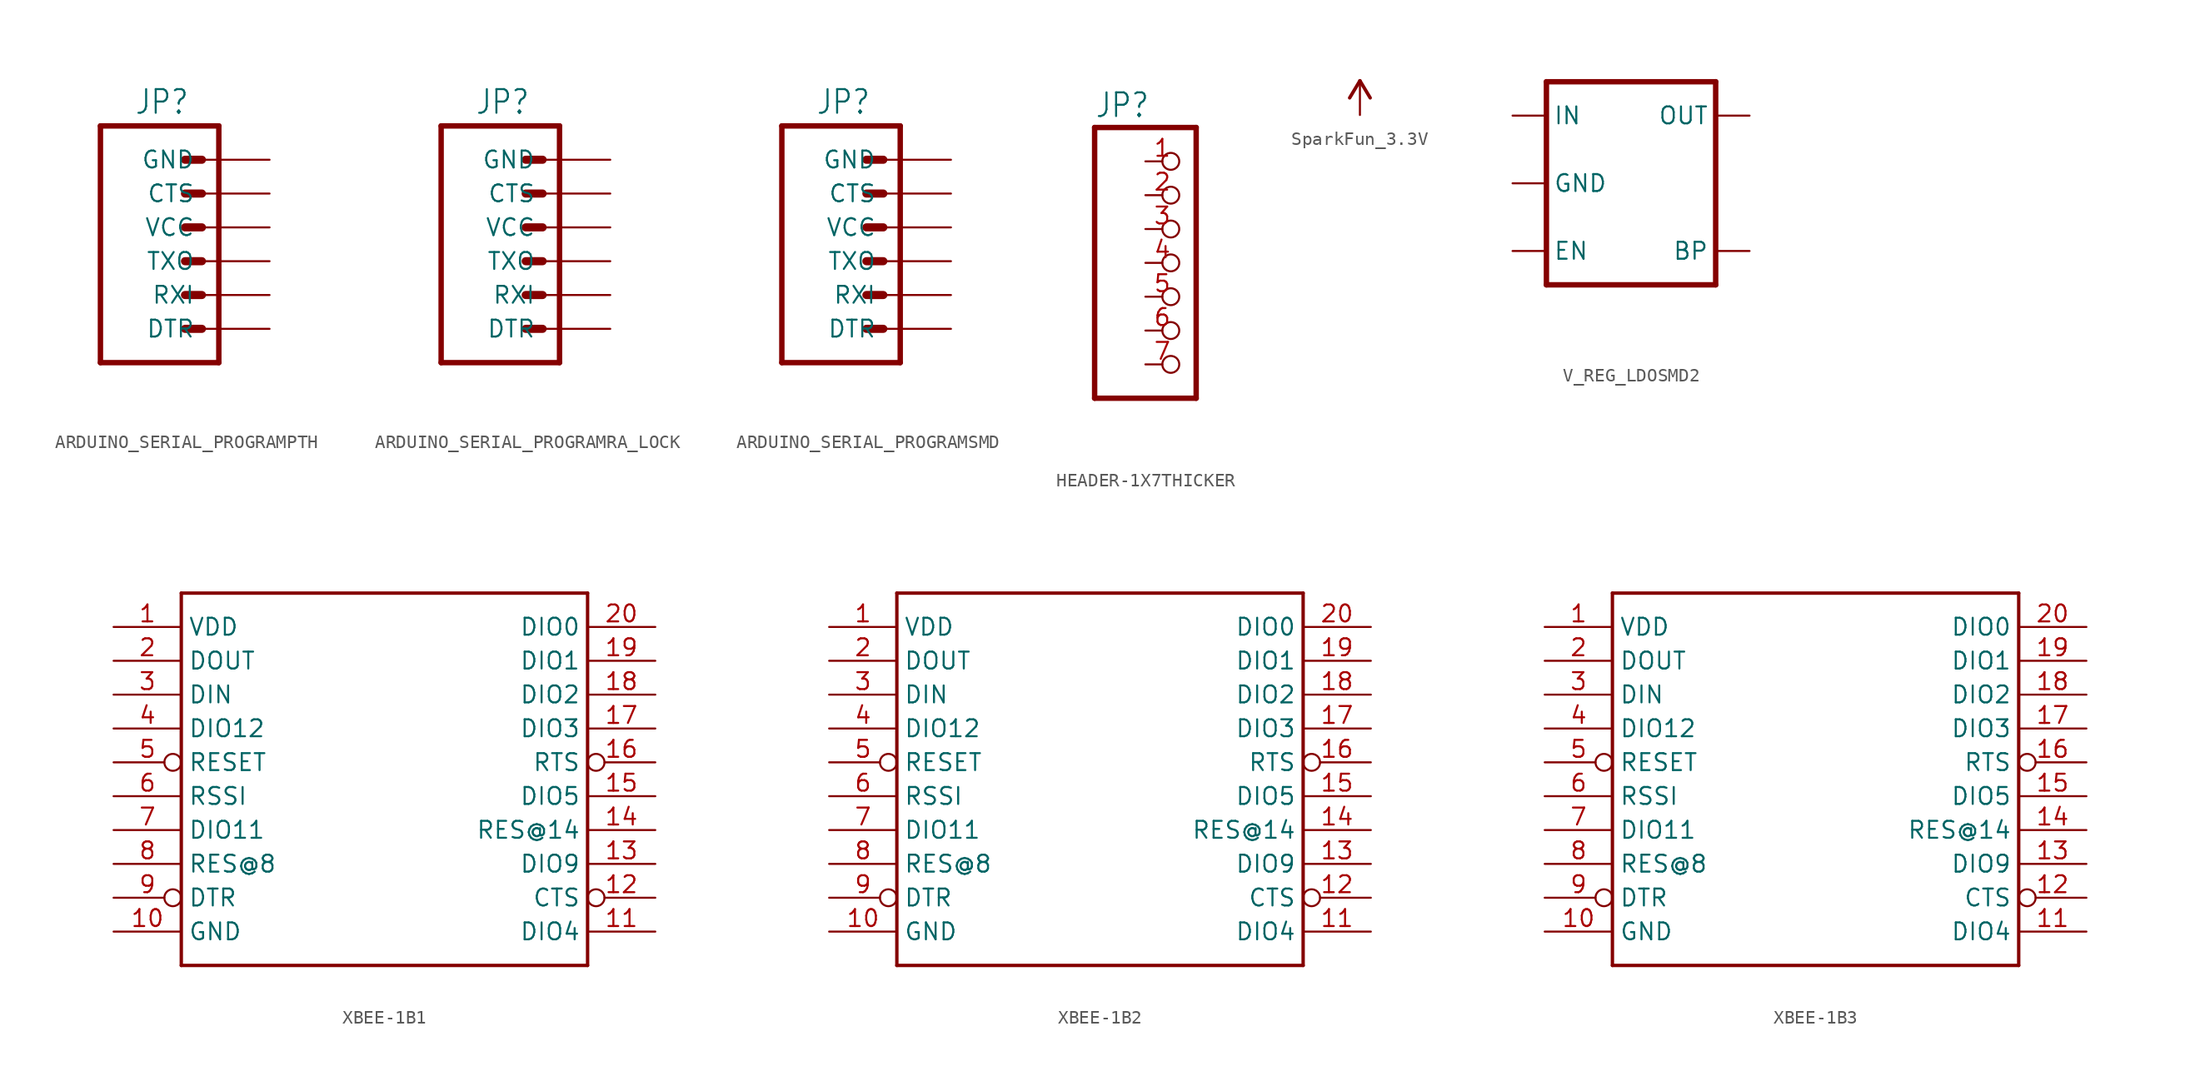
<source format=kicad_sym>
(kicad_symbol_lib
  (version 20231120)
  (generator "kicad_symbol_editor")
  (generator_version "8.0")
  (symbol "ARDUINO_SERIAL_PROGRAMPTH"
    (property "Reference" "JP"
      (at -5.08 10.922 0)
      (effects (font (size 1.778 1.511)) (justify left bottom)))
    (property "Value" ""
      (at -5.08 -10.16 0)
      (effects (font (size 1.778 1.511)) (justify left bottom)))
    (property "ki_locked" ""
      (at 0 0 0)
      (effects (font (size 1.27 1.27))))
    (symbol "ARDUINO_SERIAL_PROGRAMPTH_1_0"
      (polyline (pts (xy -7.62 10.16) (xy -7.62 -7.62)) (stroke (width 0.406) (type solid)) (fill (type none)))
      (polyline (pts (xy -7.62 10.16) (xy 1.27 10.16)) (stroke (width 0.406) (type solid)) (fill (type none)))
      (polyline (pts (xy -1.27 -5.08) (xy 0 -5.08)) (stroke (width 0.61) (type solid)) (fill (type none)))
      (polyline (pts (xy -1.27 -2.54) (xy 0 -2.54)) (stroke (width 0.61) (type solid)) (fill (type none)))
      (polyline (pts (xy -1.27 0) (xy 0 0)) (stroke (width 0.61) (type solid)) (fill (type none)))
      (polyline (pts (xy -1.27 2.54) (xy 0 2.54)) (stroke (width 0.61) (type solid)) (fill (type none)))
      (polyline (pts (xy -1.27 5.08) (xy 0 5.08)) (stroke (width 0.61) (type solid)) (fill (type none)))
      (polyline (pts (xy -1.27 7.62) (xy 0 7.62)) (stroke (width 0.61) (type solid)) (fill (type none)))
      (polyline (pts (xy 1.27 -7.62) (xy -7.62 -7.62)) (stroke (width 0.406) (type solid)) (fill (type none)))
      (polyline (pts (xy 1.27 -7.62) (xy 1.27 10.16)) (stroke (width 0.406) (type solid)) (fill (type none)))
      (pin passive line (at 5.08 -5.08 180) (length 5.08) (name "DTR" (effects (font (size 1.27 1.27)))) (number "1" (effects (font (size 0 0)))))
      (pin passive line (at 5.08 -2.54 180) (length 5.08) (name "RXI" (effects (font (size 1.27 1.27)))) (number "2" (effects (font (size 0 0)))))
      (pin passive line (at 5.08 0 180) (length 5.08) (name "TXO" (effects (font (size 1.27 1.27)))) (number "3" (effects (font (size 0 0)))))
      (pin passive line (at 5.08 2.54 180) (length 5.08) (name "VCC" (effects (font (size 1.27 1.27)))) (number "4" (effects (font (size 0 0)))))
      (pin passive line (at 5.08 5.08 180) (length 5.08) (name "CTS" (effects (font (size 1.27 1.27)))) (number "5" (effects (font (size 0 0)))))
      (pin passive line (at 5.08 7.62 180) (length 5.08) (name "GND" (effects (font (size 1.27 1.27)))) (number "6" (effects (font (size 0 0)))))))
  (symbol "ARDUINO_SERIAL_PROGRAMRA_LOCK"
    (property "Reference" "JP"
      (at -5.08 10.922 0)
      (effects (font (size 1.778 1.511)) (justify left bottom)))
    (property "Value" ""
      (at -5.08 -10.16 0)
      (effects (font (size 1.778 1.511)) (justify left bottom)))
    (property "ki_locked" ""
      (at 0 0 0)
      (effects (font (size 1.27 1.27))))
    (symbol "ARDUINO_SERIAL_PROGRAMRA_LOCK_1_0"
      (polyline (pts (xy -7.62 10.16) (xy -7.62 -7.62)) (stroke (width 0.406) (type solid)) (fill (type none)))
      (polyline (pts (xy -7.62 10.16) (xy 1.27 10.16)) (stroke (width 0.406) (type solid)) (fill (type none)))
      (polyline (pts (xy -1.27 -5.08) (xy 0 -5.08)) (stroke (width 0.61) (type solid)) (fill (type none)))
      (polyline (pts (xy -1.27 -2.54) (xy 0 -2.54)) (stroke (width 0.61) (type solid)) (fill (type none)))
      (polyline (pts (xy -1.27 0) (xy 0 0)) (stroke (width 0.61) (type solid)) (fill (type none)))
      (polyline (pts (xy -1.27 2.54) (xy 0 2.54)) (stroke (width 0.61) (type solid)) (fill (type none)))
      (polyline (pts (xy -1.27 5.08) (xy 0 5.08)) (stroke (width 0.61) (type solid)) (fill (type none)))
      (polyline (pts (xy -1.27 7.62) (xy 0 7.62)) (stroke (width 0.61) (type solid)) (fill (type none)))
      (polyline (pts (xy 1.27 -7.62) (xy -7.62 -7.62)) (stroke (width 0.406) (type solid)) (fill (type none)))
      (polyline (pts (xy 1.27 -7.62) (xy 1.27 10.16)) (stroke (width 0.406) (type solid)) (fill (type none)))
      (pin passive line (at 5.08 7.62 180) (length 5.08) (name "GND" (effects (font (size 1.27 1.27)))) (number "1" (effects (font (size 0 0)))))
      (pin passive line (at 5.08 5.08 180) (length 5.08) (name "CTS" (effects (font (size 1.27 1.27)))) (number "2" (effects (font (size 0 0)))))
      (pin passive line (at 5.08 2.54 180) (length 5.08) (name "VCC" (effects (font (size 1.27 1.27)))) (number "3" (effects (font (size 0 0)))))
      (pin passive line (at 5.08 0 180) (length 5.08) (name "TXO" (effects (font (size 1.27 1.27)))) (number "4" (effects (font (size 0 0)))))
      (pin passive line (at 5.08 -2.54 180) (length 5.08) (name "RXI" (effects (font (size 1.27 1.27)))) (number "5" (effects (font (size 0 0)))))
      (pin passive line (at 5.08 -5.08 180) (length 5.08) (name "DTR" (effects (font (size 1.27 1.27)))) (number "6" (effects (font (size 0 0)))))))
  (symbol "ARDUINO_SERIAL_PROGRAMSMD"
    (property "Reference" "JP"
      (at -5.08 10.922 0)
      (effects (font (size 1.778 1.511)) (justify left bottom)))
    (property "Value" ""
      (at -5.08 -10.16 0)
      (effects (font (size 1.778 1.511)) (justify left bottom)))
    (property "ki_locked" ""
      (at 0 0 0)
      (effects (font (size 1.27 1.27))))
    (symbol "ARDUINO_SERIAL_PROGRAMSMD_1_0"
      (polyline (pts (xy -7.62 10.16) (xy -7.62 -7.62)) (stroke (width 0.406) (type solid)) (fill (type none)))
      (polyline (pts (xy -7.62 10.16) (xy 1.27 10.16)) (stroke (width 0.406) (type solid)) (fill (type none)))
      (polyline (pts (xy -1.27 -5.08) (xy 0 -5.08)) (stroke (width 0.61) (type solid)) (fill (type none)))
      (polyline (pts (xy -1.27 -2.54) (xy 0 -2.54)) (stroke (width 0.61) (type solid)) (fill (type none)))
      (polyline (pts (xy -1.27 0) (xy 0 0)) (stroke (width 0.61) (type solid)) (fill (type none)))
      (polyline (pts (xy -1.27 2.54) (xy 0 2.54)) (stroke (width 0.61) (type solid)) (fill (type none)))
      (polyline (pts (xy -1.27 5.08) (xy 0 5.08)) (stroke (width 0.61) (type solid)) (fill (type none)))
      (polyline (pts (xy -1.27 7.62) (xy 0 7.62)) (stroke (width 0.61) (type solid)) (fill (type none)))
      (polyline (pts (xy 1.27 -7.62) (xy -7.62 -7.62)) (stroke (width 0.406) (type solid)) (fill (type none)))
      (polyline (pts (xy 1.27 -7.62) (xy 1.27 10.16)) (stroke (width 0.406) (type solid)) (fill (type none)))
      (pin passive line (at 5.08 -5.08 180) (length 5.08) (name "DTR" (effects (font (size 1.27 1.27)))) (number "1" (effects (font (size 0 0)))))
      (pin passive line (at 5.08 -2.54 180) (length 5.08) (name "RXI" (effects (font (size 1.27 1.27)))) (number "2" (effects (font (size 0 0)))))
      (pin passive line (at 5.08 0 180) (length 5.08) (name "TXO" (effects (font (size 1.27 1.27)))) (number "3" (effects (font (size 0 0)))))
      (pin passive line (at 5.08 2.54 180) (length 5.08) (name "VCC" (effects (font (size 1.27 1.27)))) (number "4" (effects (font (size 0 0)))))
      (pin passive line (at 5.08 5.08 180) (length 5.08) (name "CTS" (effects (font (size 1.27 1.27)))) (number "5" (effects (font (size 0 0)))))
      (pin passive line (at 5.08 7.62 180) (length 5.08) (name "GND" (effects (font (size 1.27 1.27)))) (number "6" (effects (font (size 0 0)))))))
  (symbol "HEADER-1X7THICKER"
    (property "Reference" "JP"
      (at -6.35 10.795 0)
      (effects (font (size 1.778 1.511)) (justify left bottom)))
    (property "Value" ""
      (at -6.35 -12.7 0)
      (effects (font (size 1.778 1.511)) (justify left bottom)))
    (property "ki_locked" ""
      (at 0 0 0)
      (effects (font (size 1.27 1.27))))
    (symbol "HEADER-1X7THICKER_1_0"
      (polyline (pts (xy -6.35 -10.16) (xy 1.27 -10.16)) (stroke (width 0.406) (type solid)) (fill (type none)))
      (polyline (pts (xy -6.35 10.16) (xy -6.35 -10.16)) (stroke (width 0.406) (type solid)) (fill (type none)))
      (polyline (pts (xy 1.27 -10.16) (xy 1.27 10.16)) (stroke (width 0.406) (type solid)) (fill (type none)))
      (polyline (pts (xy 1.27 10.16) (xy -6.35 10.16)) (stroke (width 0.406) (type solid)) (fill (type none)))
      (pin passive inverted (at -2.54 7.62 0) (length 2.54) (name "1" (effects (font (size 0 0)))) (number "1" (effects (font (size 1.27 1.27)))))
      (pin passive inverted (at -2.54 5.08 0) (length 2.54) (name "2" (effects (font (size 0 0)))) (number "2" (effects (font (size 1.27 1.27)))))
      (pin passive inverted (at -2.54 2.54 0) (length 2.54) (name "3" (effects (font (size 0 0)))) (number "3" (effects (font (size 1.27 1.27)))))
      (pin passive inverted (at -2.54 0 0) (length 2.54) (name "4" (effects (font (size 0 0)))) (number "4" (effects (font (size 1.27 1.27)))))
      (pin passive inverted (at -2.54 -2.54 0) (length 2.54) (name "5" (effects (font (size 0 0)))) (number "5" (effects (font (size 1.27 1.27)))))
      (pin passive inverted (at -2.54 -5.08 0) (length 2.54) (name "6" (effects (font (size 0 0)))) (number "6" (effects (font (size 1.27 1.27)))))
      (pin passive inverted (at -2.54 -7.62 0) (length 2.54) (name "7" (effects (font (size 0 0)))) (number "7" (effects (font (size 1.27 1.27)))))))
  (symbol "SparkFun_3.3V"
    (power)
    (property "Reference" "#P+"
      (at 0 0 0)
      (effects (font (size 1.27 1.27)) (hide yes)))
    (property "Value" ""
      (at -1.016 3.556 0)
      (effects (font (size 1.778 1.511)) (justify left bottom)))
    (property "ki_locked" ""
      (at 0 0 0)
      (effects (font (size 1.27 1.27))))
    (symbol "SparkFun_3.3V_1_0"
      (polyline (pts (xy 0 2.54) (xy -0.762 1.27)) (stroke (width 0.254) (type solid)) (fill (type none)))
      (polyline (pts (xy 0.762 1.27) (xy 0 2.54)) (stroke (width 0.254) (type solid)) (fill (type none)))
      (pin power_in line (at 0 0 90) (length 2.54) (name "3.3V" (effects (font (size 0 0)))) (number "1" (effects (font (size 0 0)))))))
  (symbol "V_REG_LDOSMD2"
    (property "Reference" ""
      (at -7.62 9.144 0)
      (effects (font (size 1.778 1.511)) (justify left bottom) (hide yes)))
    (property "Value" ""
      (at -7.62 -11.43 0)
      (effects (font (size 1.778 1.511)) (justify left bottom)))
    (property "ki_locked" ""
      (at 0 0 0)
      (effects (font (size 1.27 1.27))))
    (symbol "V_REG_LDOSMD2_1_0"
      (polyline (pts (xy -7.62 -7.62) (xy 5.08 -7.62)) (stroke (width 0.406) (type solid)) (fill (type none)))
      (polyline (pts (xy -7.62 7.62) (xy -7.62 -7.62)) (stroke (width 0.406) (type solid)) (fill (type none)))
      (polyline (pts (xy 5.08 -7.62) (xy 5.08 7.62)) (stroke (width 0.406) (type solid)) (fill (type none)))
      (polyline (pts (xy 5.08 7.62) (xy -7.62 7.62)) (stroke (width 0.406) (type solid)) (fill (type none)))
      (pin input line (at -10.16 5.08 0) (length 2.54) (name "IN" (effects (font (size 1.27 1.27)))) (number "1" (effects (font (size 0 0)))))
      (pin input line (at -10.16 0 0) (length 2.54) (name "GND" (effects (font (size 1.27 1.27)))) (number "2" (effects (font (size 0 0)))))
      (pin input line (at -10.16 -5.08 0) (length 2.54) (name "EN" (effects (font (size 1.27 1.27)))) (number "3" (effects (font (size 0 0)))))
      (pin input line (at 7.62 -5.08 180) (length 2.54) (name "BP" (effects (font (size 1.27 1.27)))) (number "4" (effects (font (size 0 0)))))
      (pin passive line (at 7.62 5.08 180) (length 2.54) (name "OUT" (effects (font (size 1.27 1.27)))) (number "5" (effects (font (size 0 0)))))))
  (symbol "XBEE-1B1"
    (property "Reference" ""
      (at -15.24 13.462 0)
      (effects (font (size 1.676 1.425)) (justify left bottom) (hide yes)))
    (property "ki_locked" ""
      (at 0 0 0)
      (effects (font (size 1.27 1.27))))
    (symbol "XBEE-1B1_1_0"
      (polyline (pts (xy -15.24 -15.24) (xy -15.24 12.7)) (stroke (width 0.254) (type solid)) (fill (type none)))
      (polyline (pts (xy -15.24 12.7) (xy 15.24 12.7)) (stroke (width 0.254) (type solid)) (fill (type none)))
      (polyline (pts (xy 15.24 -15.24) (xy -15.24 -15.24)) (stroke (width 0.254) (type solid)) (fill (type none)))
      (polyline (pts (xy 15.24 12.7) (xy 15.24 -15.24)) (stroke (width 0.254) (type solid)) (fill (type none)))
      (pin power_in line (at -20.32 10.16 0) (length 5.08) (name "VDD" (effects (font (size 1.27 1.27)))) (number "1" (effects (font (size 1.27 1.27)))))
      (pin power_in line (at -20.32 -12.7 0) (length 5.08) (name "GND" (effects (font (size 1.27 1.27)))) (number "10" (effects (font (size 1.27 1.27)))))
      (pin bidirectional line (at 20.32 -12.7 180) (length 5.08) (name "DIO4" (effects (font (size 1.27 1.27)))) (number "11" (effects (font (size 1.27 1.27)))))
      (pin output inverted (at 20.32 -10.16 180) (length 5.08) (name "CTS" (effects (font (size 1.27 1.27)))) (number "12" (effects (font (size 1.27 1.27)))))
      (pin bidirectional line (at 20.32 -7.62 180) (length 5.08) (name "DIO9" (effects (font (size 1.27 1.27)))) (number "13" (effects (font (size 1.27 1.27)))))
      (pin bidirectional line (at 20.32 -5.08 180) (length 5.08) (name "RES@14" (effects (font (size 1.27 1.27)))) (number "14" (effects (font (size 1.27 1.27)))))
      (pin bidirectional line (at 20.32 -2.54 180) (length 5.08) (name "DIO5" (effects (font (size 1.27 1.27)))) (number "15" (effects (font (size 1.27 1.27)))))
      (pin input inverted (at 20.32 0 180) (length 5.08) (name "RTS" (effects (font (size 1.27 1.27)))) (number "16" (effects (font (size 1.27 1.27)))))
      (pin bidirectional line (at 20.32 2.54 180) (length 5.08) (name "DIO3" (effects (font (size 1.27 1.27)))) (number "17" (effects (font (size 1.27 1.27)))))
      (pin bidirectional line (at 20.32 5.08 180) (length 5.08) (name "DIO2" (effects (font (size 1.27 1.27)))) (number "18" (effects (font (size 1.27 1.27)))))
      (pin bidirectional line (at 20.32 7.62 180) (length 5.08) (name "DIO1" (effects (font (size 1.27 1.27)))) (number "19" (effects (font (size 1.27 1.27)))))
      (pin output line (at -20.32 7.62 0) (length 5.08) (name "DOUT" (effects (font (size 1.27 1.27)))) (number "2" (effects (font (size 1.27 1.27)))))
      (pin bidirectional line (at 20.32 10.16 180) (length 5.08) (name "DIO0" (effects (font (size 1.27 1.27)))) (number "20" (effects (font (size 1.27 1.27)))))
      (pin input line (at -20.32 5.08 0) (length 5.08) (name "DIN" (effects (font (size 1.27 1.27)))) (number "3" (effects (font (size 1.27 1.27)))))
      (pin bidirectional line (at -20.32 2.54 0) (length 5.08) (name "DIO12" (effects (font (size 1.27 1.27)))) (number "4" (effects (font (size 1.27 1.27)))))
      (pin input inverted (at -20.32 0 0) (length 5.08) (name "RESET" (effects (font (size 1.27 1.27)))) (number "5" (effects (font (size 1.27 1.27)))))
      (pin bidirectional line (at -20.32 -2.54 0) (length 5.08) (name "RSSI" (effects (font (size 1.27 1.27)))) (number "6" (effects (font (size 1.27 1.27)))))
      (pin bidirectional line (at -20.32 -5.08 0) (length 5.08) (name "DIO11" (effects (font (size 1.27 1.27)))) (number "7" (effects (font (size 1.27 1.27)))))
      (pin bidirectional line (at -20.32 -7.62 0) (length 5.08) (name "RES@8" (effects (font (size 1.27 1.27)))) (number "8" (effects (font (size 1.27 1.27)))))
      (pin bidirectional inverted (at -20.32 -10.16 0) (length 5.08) (name "DTR" (effects (font (size 1.27 1.27)))) (number "9" (effects (font (size 1.27 1.27)))))))
  (symbol "XBEE-1B2"
    (property "Reference" ""
      (at -15.24 13.462 0)
      (effects (font (size 1.676 1.425)) (justify left bottom) (hide yes)))
    (property "ki_locked" ""
      (at 0 0 0)
      (effects (font (size 1.27 1.27))))
    (symbol "XBEE-1B2_1_0"
      (polyline (pts (xy -15.24 -15.24) (xy -15.24 12.7)) (stroke (width 0.254) (type solid)) (fill (type none)))
      (polyline (pts (xy -15.24 12.7) (xy 15.24 12.7)) (stroke (width 0.254) (type solid)) (fill (type none)))
      (polyline (pts (xy 15.24 -15.24) (xy -15.24 -15.24)) (stroke (width 0.254) (type solid)) (fill (type none)))
      (polyline (pts (xy 15.24 12.7) (xy 15.24 -15.24)) (stroke (width 0.254) (type solid)) (fill (type none)))
      (pin power_in line (at -20.32 10.16 0) (length 5.08) (name "VDD" (effects (font (size 1.27 1.27)))) (number "1" (effects (font (size 1.27 1.27)))))
      (pin power_in line (at -20.32 -12.7 0) (length 5.08) (name "GND" (effects (font (size 1.27 1.27)))) (number "10" (effects (font (size 1.27 1.27)))))
      (pin bidirectional line (at 20.32 -12.7 180) (length 5.08) (name "DIO4" (effects (font (size 1.27 1.27)))) (number "11" (effects (font (size 1.27 1.27)))))
      (pin output inverted (at 20.32 -10.16 180) (length 5.08) (name "CTS" (effects (font (size 1.27 1.27)))) (number "12" (effects (font (size 1.27 1.27)))))
      (pin bidirectional line (at 20.32 -7.62 180) (length 5.08) (name "DIO9" (effects (font (size 1.27 1.27)))) (number "13" (effects (font (size 1.27 1.27)))))
      (pin bidirectional line (at 20.32 -5.08 180) (length 5.08) (name "RES@14" (effects (font (size 1.27 1.27)))) (number "14" (effects (font (size 1.27 1.27)))))
      (pin bidirectional line (at 20.32 -2.54 180) (length 5.08) (name "DIO5" (effects (font (size 1.27 1.27)))) (number "15" (effects (font (size 1.27 1.27)))))
      (pin input inverted (at 20.32 0 180) (length 5.08) (name "RTS" (effects (font (size 1.27 1.27)))) (number "16" (effects (font (size 1.27 1.27)))))
      (pin bidirectional line (at 20.32 2.54 180) (length 5.08) (name "DIO3" (effects (font (size 1.27 1.27)))) (number "17" (effects (font (size 1.27 1.27)))))
      (pin bidirectional line (at 20.32 5.08 180) (length 5.08) (name "DIO2" (effects (font (size 1.27 1.27)))) (number "18" (effects (font (size 1.27 1.27)))))
      (pin bidirectional line (at 20.32 7.62 180) (length 5.08) (name "DIO1" (effects (font (size 1.27 1.27)))) (number "19" (effects (font (size 1.27 1.27)))))
      (pin output line (at -20.32 7.62 0) (length 5.08) (name "DOUT" (effects (font (size 1.27 1.27)))) (number "2" (effects (font (size 1.27 1.27)))))
      (pin bidirectional line (at 20.32 10.16 180) (length 5.08) (name "DIO0" (effects (font (size 1.27 1.27)))) (number "20" (effects (font (size 1.27 1.27)))))
      (pin input line (at -20.32 5.08 0) (length 5.08) (name "DIN" (effects (font (size 1.27 1.27)))) (number "3" (effects (font (size 1.27 1.27)))))
      (pin bidirectional line (at -20.32 2.54 0) (length 5.08) (name "DIO12" (effects (font (size 1.27 1.27)))) (number "4" (effects (font (size 1.27 1.27)))))
      (pin input inverted (at -20.32 0 0) (length 5.08) (name "RESET" (effects (font (size 1.27 1.27)))) (number "5" (effects (font (size 1.27 1.27)))))
      (pin bidirectional line (at -20.32 -2.54 0) (length 5.08) (name "RSSI" (effects (font (size 1.27 1.27)))) (number "6" (effects (font (size 1.27 1.27)))))
      (pin bidirectional line (at -20.32 -5.08 0) (length 5.08) (name "DIO11" (effects (font (size 1.27 1.27)))) (number "7" (effects (font (size 1.27 1.27)))))
      (pin bidirectional line (at -20.32 -7.62 0) (length 5.08) (name "RES@8" (effects (font (size 1.27 1.27)))) (number "8" (effects (font (size 1.27 1.27)))))
      (pin bidirectional inverted (at -20.32 -10.16 0) (length 5.08) (name "DTR" (effects (font (size 1.27 1.27)))) (number "9" (effects (font (size 1.27 1.27)))))))
  (symbol "XBEE-1B3"
    (property "Reference" ""
      (at -15.24 13.462 0)
      (effects (font (size 1.676 1.425)) (justify left bottom) (hide yes)))
    (property "ki_locked" ""
      (at 0 0 0)
      (effects (font (size 1.27 1.27))))
    (symbol "XBEE-1B3_1_0"
      (polyline (pts (xy -15.24 -15.24) (xy -15.24 12.7)) (stroke (width 0.254) (type solid)) (fill (type none)))
      (polyline (pts (xy -15.24 12.7) (xy 15.24 12.7)) (stroke (width 0.254) (type solid)) (fill (type none)))
      (polyline (pts (xy 15.24 -15.24) (xy -15.24 -15.24)) (stroke (width 0.254) (type solid)) (fill (type none)))
      (polyline (pts (xy 15.24 12.7) (xy 15.24 -15.24)) (stroke (width 0.254) (type solid)) (fill (type none)))
      (pin power_in line (at -20.32 10.16 0) (length 5.08) (name "VDD" (effects (font (size 1.27 1.27)))) (number "1" (effects (font (size 1.27 1.27)))))
      (pin power_in line (at -20.32 -12.7 0) (length 5.08) (name "GND" (effects (font (size 1.27 1.27)))) (number "10" (effects (font (size 1.27 1.27)))))
      (pin bidirectional line (at 20.32 -12.7 180) (length 5.08) (name "DIO4" (effects (font (size 1.27 1.27)))) (number "11" (effects (font (size 1.27 1.27)))))
      (pin output inverted (at 20.32 -10.16 180) (length 5.08) (name "CTS" (effects (font (size 1.27 1.27)))) (number "12" (effects (font (size 1.27 1.27)))))
      (pin bidirectional line (at 20.32 -7.62 180) (length 5.08) (name "DIO9" (effects (font (size 1.27 1.27)))) (number "13" (effects (font (size 1.27 1.27)))))
      (pin bidirectional line (at 20.32 -5.08 180) (length 5.08) (name "RES@14" (effects (font (size 1.27 1.27)))) (number "14" (effects (font (size 1.27 1.27)))))
      (pin bidirectional line (at 20.32 -2.54 180) (length 5.08) (name "DIO5" (effects (font (size 1.27 1.27)))) (number "15" (effects (font (size 1.27 1.27)))))
      (pin input inverted (at 20.32 0 180) (length 5.08) (name "RTS" (effects (font (size 1.27 1.27)))) (number "16" (effects (font (size 1.27 1.27)))))
      (pin bidirectional line (at 20.32 2.54 180) (length 5.08) (name "DIO3" (effects (font (size 1.27 1.27)))) (number "17" (effects (font (size 1.27 1.27)))))
      (pin bidirectional line (at 20.32 5.08 180) (length 5.08) (name "DIO2" (effects (font (size 1.27 1.27)))) (number "18" (effects (font (size 1.27 1.27)))))
      (pin bidirectional line (at 20.32 7.62 180) (length 5.08) (name "DIO1" (effects (font (size 1.27 1.27)))) (number "19" (effects (font (size 1.27 1.27)))))
      (pin output line (at -20.32 7.62 0) (length 5.08) (name "DOUT" (effects (font (size 1.27 1.27)))) (number "2" (effects (font (size 1.27 1.27)))))
      (pin bidirectional line (at 20.32 10.16 180) (length 5.08) (name "DIO0" (effects (font (size 1.27 1.27)))) (number "20" (effects (font (size 1.27 1.27)))))
      (pin input line (at -20.32 5.08 0) (length 5.08) (name "DIN" (effects (font (size 1.27 1.27)))) (number "3" (effects (font (size 1.27 1.27)))))
      (pin bidirectional line (at -20.32 2.54 0) (length 5.08) (name "DIO12" (effects (font (size 1.27 1.27)))) (number "4" (effects (font (size 1.27 1.27)))))
      (pin input inverted (at -20.32 0 0) (length 5.08) (name "RESET" (effects (font (size 1.27 1.27)))) (number "5" (effects (font (size 1.27 1.27)))))
      (pin bidirectional line (at -20.32 -2.54 0) (length 5.08) (name "RSSI" (effects (font (size 1.27 1.27)))) (number "6" (effects (font (size 1.27 1.27)))))
      (pin bidirectional line (at -20.32 -5.08 0) (length 5.08) (name "DIO11" (effects (font (size 1.27 1.27)))) (number "7" (effects (font (size 1.27 1.27)))))
      (pin bidirectional line (at -20.32 -7.62 0) (length 5.08) (name "RES@8" (effects (font (size 1.27 1.27)))) (number "8" (effects (font (size 1.27 1.27)))))
      (pin bidirectional inverted (at -20.32 -10.16 0) (length 5.08) (name "DTR" (effects (font (size 1.27 1.27)))) (number "9" (effects (font (size 1.27 1.27))))))))
</source>
